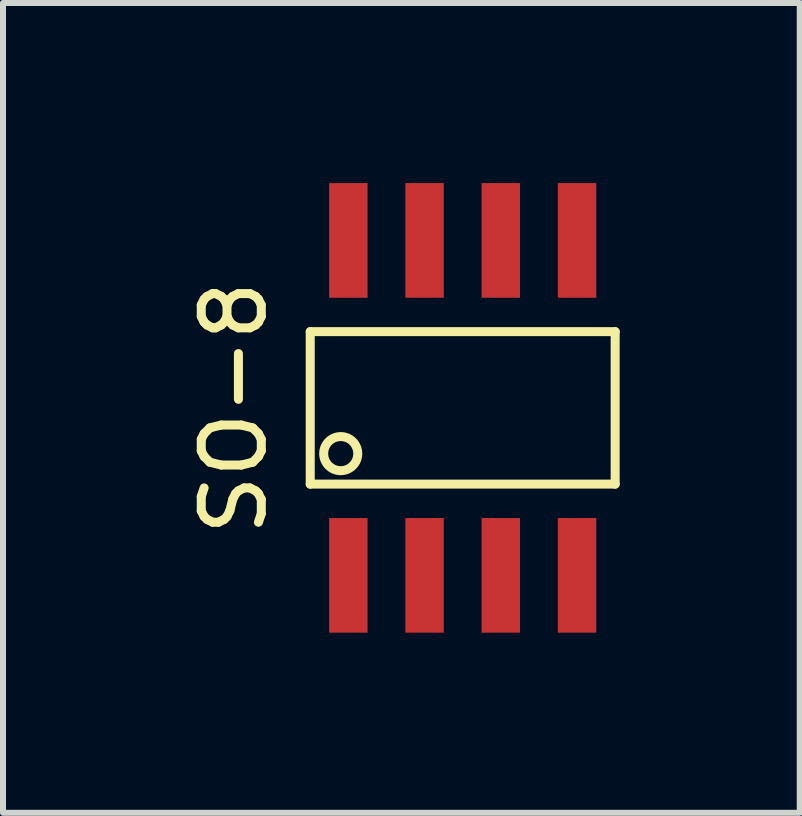
<source format=kicad_pcb>
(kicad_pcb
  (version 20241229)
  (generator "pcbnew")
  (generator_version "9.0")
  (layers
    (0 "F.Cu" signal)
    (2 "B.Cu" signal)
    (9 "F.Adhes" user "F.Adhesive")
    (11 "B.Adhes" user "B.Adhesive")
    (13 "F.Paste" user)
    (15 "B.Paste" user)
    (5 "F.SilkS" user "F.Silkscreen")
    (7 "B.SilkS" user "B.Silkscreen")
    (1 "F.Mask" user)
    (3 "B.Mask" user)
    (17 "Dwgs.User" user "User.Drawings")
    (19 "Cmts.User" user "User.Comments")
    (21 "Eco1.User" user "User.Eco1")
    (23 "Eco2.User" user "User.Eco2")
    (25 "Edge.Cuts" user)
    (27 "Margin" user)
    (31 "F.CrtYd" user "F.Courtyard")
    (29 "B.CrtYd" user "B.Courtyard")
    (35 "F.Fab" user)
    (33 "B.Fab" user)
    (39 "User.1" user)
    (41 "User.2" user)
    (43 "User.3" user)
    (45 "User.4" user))
  (footprint "SO-8"
    (layer "F.Cu")
    (at 4.658 3.745)
    (property "Reference" "SO-8" (at -3.81 0 90) (layer "F.SilkS") (effects (font (size 1 1) (thickness 0.15))))
    (attr through_hole)
    (fp_line (start -2.54 -1.27) (end -2.54 1.27) (stroke (width 0.15) (type solid)) (layer "F.SilkS"))
    (fp_line (start -2.54 1.27) (end 2.54 1.27) (stroke (width 0.15) (type solid)) (layer "F.SilkS"))
    (fp_line (start 2.54 -1.27) (end -2.54 -1.27) (stroke (width 0.15) (type solid)) (layer "F.SilkS"))
    (fp_line (start 2.54 1.27) (end 2.54 -1.27) (stroke (width 0.15) (type solid)) (layer "F.SilkS"))
    (fp_circle (center -2.032 0.762) (end -1.778 0.889) (stroke (width 0.15) (type solid)) (fill no) (layer "F.SilkS"))
    (pad "1" smd rect (at -1.905 2.79) (size 0.64 1.91) (layers "F.Cu" "F.Mask" "F.Paste"))
    (pad "2" smd rect (at -0.635 2.79) (size 0.64 1.91) (layers "F.Cu" "F.Mask" "F.Paste"))
    (pad "3" smd rect (at 0.635 2.79) (size 0.64 1.91) (layers "F.Cu" "F.Mask" "F.Paste"))
    (pad "4" smd rect (at 1.905 2.79) (size 0.64 1.91) (layers "F.Cu" "F.Mask" "F.Paste"))
    (pad "5" smd rect (at 1.905 -2.79) (size 0.64 1.91) (layers "F.Cu" "F.Mask" "F.Paste"))
    (pad "6" smd rect (at 0.635 -2.79) (size 0.64 1.91) (layers "F.Cu" "F.Mask" "F.Paste"))
    (pad "7" smd rect (at -0.635 -2.79) (size 0.64 1.91) (layers "F.Cu" "F.Mask" "F.Paste"))
    (pad "8" smd rect (at -1.905 -2.79) (size 0.64 1.91) (layers "F.Cu" "F.Mask" "F.Paste")))
  (gr_rect
    (start -3 -3)
    (end 10.273 10.49)
    (stroke (width 0.1) (type default))
    (fill no)
    (layer "Edge.Cuts")))
</source>
